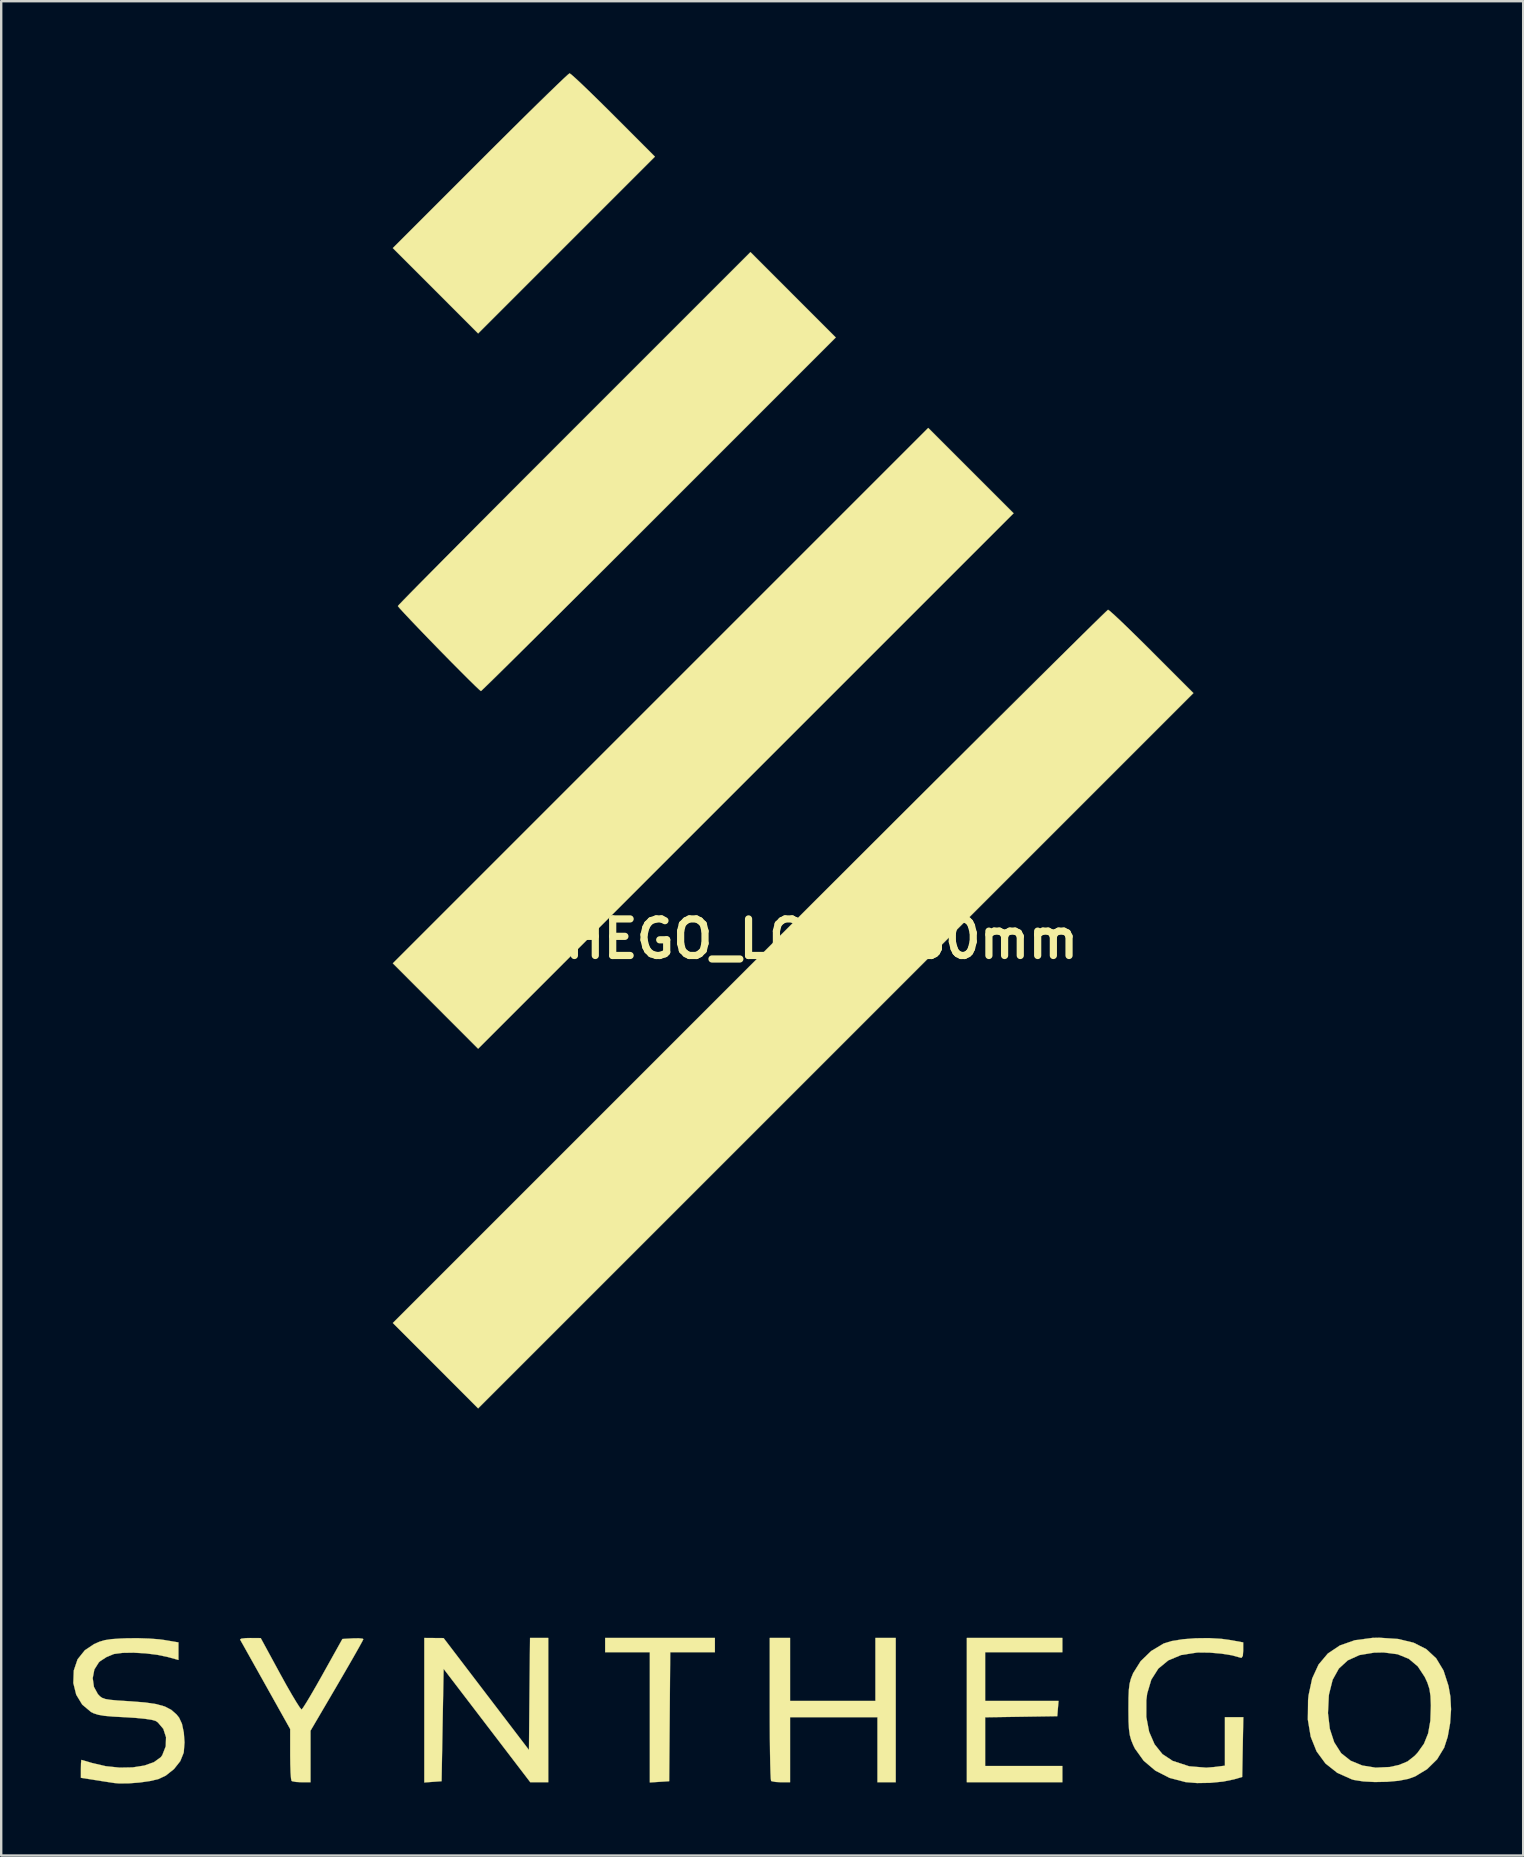
<source format=kicad_pcb>
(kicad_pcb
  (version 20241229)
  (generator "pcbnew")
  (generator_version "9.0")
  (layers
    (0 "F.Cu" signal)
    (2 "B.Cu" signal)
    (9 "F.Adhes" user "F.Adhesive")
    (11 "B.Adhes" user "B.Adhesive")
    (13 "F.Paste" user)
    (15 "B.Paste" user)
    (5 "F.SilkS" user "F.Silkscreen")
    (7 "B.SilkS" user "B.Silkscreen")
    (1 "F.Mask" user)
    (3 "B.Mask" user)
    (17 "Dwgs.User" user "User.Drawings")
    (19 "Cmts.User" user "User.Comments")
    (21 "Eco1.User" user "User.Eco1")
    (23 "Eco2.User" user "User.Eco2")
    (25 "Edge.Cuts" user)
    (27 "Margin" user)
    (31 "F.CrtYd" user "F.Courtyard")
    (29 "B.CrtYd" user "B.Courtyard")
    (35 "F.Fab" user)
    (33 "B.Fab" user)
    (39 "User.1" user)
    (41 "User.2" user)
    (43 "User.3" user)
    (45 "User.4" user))
  (footprint "SYNTHEGO_LOGO_80mm"
    (layer "F.Cu")
    (at 28.43 36.073)
    (property "Reference" "SYNTHEGO_LOGO_80mm" (at 0 0 0) (layer "F.SilkS") (effects (font (size 1.524 1.524) (thickness 0.3))))
    (attr through_hole)
    (fp_poly (pts (xy 10.753 -17.737) (xy -11.558 4.573) (xy -15.112 1.015) (xy 7.196 -21.293) (xy 10.753 -17.737)) (stroke (width 0.01) (type solid)) (fill yes) (layer "F.SilkS"))
    (fp_poly (pts (xy -1.693 29.718) (xy -3.554 29.718) (xy -3.576 32.406) (xy -3.598 35.094) (xy -4 35.12) (xy -4.403 35.146) (xy -4.403 29.718) (xy -6.265 29.718) (xy -6.265 29.125) (xy -1.693 29.125) (xy -1.693 29.718)) (stroke (width 0.01) (type solid)) (fill yes) (layer "F.SilkS"))
    (fp_poly (pts (xy 12.785 29.718) (xy 9.567 29.718) (xy 9.567 31.75) (xy 12.626 31.75) (xy 12.599 32.068) (xy 12.573 32.385) (xy 11.07 32.408) (xy 9.567 32.431) (xy 9.567 34.459) (xy 12.785 34.459) (xy 12.785 35.137) (xy 8.805 35.137) (xy 8.805 29.125) (xy 12.785 29.125) (xy 12.785 29.718)) (stroke (width 0.01) (type solid)) (fill yes) (layer "F.SilkS"))
    (fp_poly (pts (xy -8.636 35.137) (xy -9.385 35.137) (xy -11.191 32.774) (xy -12.996 30.412) (xy -13.039 32.753) (xy -13.081 35.094) (xy -13.441 35.12) (xy -13.801 35.146) (xy -13.801 29.125) (xy -12.996 29.131) (xy -11.218 31.462) (xy -9.44 33.793) (xy -9.418 31.459) (xy -9.395 29.125) (xy -8.636 29.125) (xy -8.636 35.137)) (stroke (width 0.01) (type solid)) (fill yes) (layer "F.SilkS"))
    (fp_poly (pts (xy 1.439 31.75) (xy 4.995 31.75) (xy 4.995 29.125) (xy 5.842 29.125) (xy 5.842 35.137) (xy 5.08 35.137) (xy 5.08 32.427) (xy 1.439 32.427) (xy 1.439 35.137) (xy 1.072 35.137) (xy 0.835 35.125) (xy 0.675 35.095) (xy 0.649 35.08) (xy 0.636 34.985) (xy 0.624 34.741) (xy 0.613 34.366) (xy 0.604 33.881) (xy 0.598 33.306) (xy 0.594 32.66) (xy 0.593 32.075) (xy 0.593 29.125) (xy 1.439 29.125) (xy 1.439 31.75)) (stroke (width 0.01) (type solid)) (fill yes) (layer "F.SilkS"))
    (fp_poly (pts (xy -7.667 -36.01) (xy -7.484 -35.847) (xy -7.214 -35.594) (xy -6.872 -35.265) (xy -6.473 -34.875) (xy -6.035 -34.441) (xy -5.926 -34.332) (xy -4.192 -32.596) (xy -7.875 -28.913) (xy -11.558 -25.23) (xy -13.335 -27.009) (xy -15.112 -28.787) (xy -11.472 -32.428) (xy -10.822 -33.076) (xy -10.206 -33.688) (xy -9.636 -34.253) (xy -9.121 -34.759) (xy -8.672 -35.198) (xy -8.299 -35.559) (xy -8.014 -35.831) (xy -7.827 -36.004) (xy -7.747 -36.068) (xy -7.747 -36.068) (xy -7.667 -36.01)) (stroke (width 0.01) (type solid)) (fill yes) (layer "F.SilkS"))
    (fp_poly (pts (xy 14.77 -13.658) (xy 14.953 -13.495) (xy 15.223 -13.242) (xy 15.565 -12.913) (xy 15.963 -12.523) (xy 16.402 -12.089) (xy 16.51 -11.98) (xy 18.245 -10.244) (xy 3.344 4.657) (xy -11.558 19.559) (xy -15.112 16.001) (xy -0.254 1.143) (xy 1.072 -0.183) (xy 2.367 -1.477) (xy 3.626 -2.734) (xy 4.843 -3.949) (xy 6.014 -5.118) (xy 7.134 -6.234) (xy 8.197 -7.293) (xy 9.198 -8.289) (xy 10.132 -9.219) (xy 10.994 -10.075) (xy 11.779 -10.855) (xy 12.481 -11.551) (xy 13.097 -12.16) (xy 13.619 -12.676) (xy 14.045 -13.095) (xy 14.367 -13.41) (xy 14.581 -13.617) (xy 14.683 -13.711) (xy 14.69 -13.716) (xy 14.77 -13.658)) (stroke (width 0.01) (type solid)) (fill yes) (layer "F.SilkS"))
    (fp_poly (pts (xy 1.566 -26.839) (xy 3.343 -25.061) (xy -4.022 -17.695) (xy -4.951 -16.766) (xy -5.848 -15.871) (xy -6.703 -15.017) (xy -7.512 -14.212) (xy -8.265 -13.462) (xy -8.956 -12.774) (xy -9.578 -12.157) (xy -10.123 -11.617) (xy -10.584 -11.162) (xy -10.954 -10.798) (xy -11.225 -10.534) (xy -11.39 -10.375) (xy -11.442 -10.329) (xy -11.513 -10.388) (xy -11.686 -10.552) (xy -11.947 -10.808) (xy -12.279 -11.14) (xy -12.669 -11.532) (xy -13.099 -11.97) (xy -13.199 -12.072) (xy -13.635 -12.52) (xy -14.029 -12.93) (xy -14.368 -13.285) (xy -14.635 -13.569) (xy -14.817 -13.768) (xy -14.898 -13.865) (xy -14.901 -13.872) (xy -14.843 -13.938) (xy -14.671 -14.116) (xy -14.395 -14.399) (xy -14.02 -14.78) (xy -13.554 -15.251) (xy -13.005 -15.806) (xy -12.379 -16.436) (xy -11.685 -17.135) (xy -10.928 -17.895) (xy -10.117 -18.709) (xy -9.258 -19.569) (xy -8.359 -20.469) (xy -7.556 -21.273) (xy -0.211 -28.618) (xy 1.566 -26.839)) (stroke (width 0.01) (type solid)) (fill yes) (layer "F.SilkS"))
    (fp_poly (pts (xy -20.616 29.131) (xy -19.801 30.631) (xy -19.551 31.084) (xy -19.324 31.48) (xy -19.134 31.797) (xy -18.995 32.013) (xy -18.919 32.105) (xy -18.912 32.107) (xy -18.85 32.028) (xy -18.72 31.825) (xy -18.536 31.518) (xy -18.312 31.132) (xy -18.062 30.69) (xy -18.026 30.625) (xy -17.213 29.168) (xy -16.777 29.142) (xy -16.532 29.138) (xy -16.373 29.155) (xy -16.341 29.175) (xy -16.382 29.261) (xy -16.498 29.473) (xy -16.677 29.79) (xy -16.908 30.194) (xy -17.179 30.662) (xy -17.441 31.112) (xy -18.542 32.99) (xy -18.542 35.137) (xy -18.909 35.137) (xy -19.146 35.125) (xy -19.306 35.095) (xy -19.332 35.08) (xy -19.354 34.978) (xy -19.372 34.742) (xy -19.384 34.405) (xy -19.389 34.002) (xy -19.389 33.972) (xy -19.389 32.92) (xy -20.415 31.086) (xy -20.699 30.579) (xy -20.956 30.12) (xy -21.174 29.731) (xy -21.341 29.432) (xy -21.447 29.245) (xy -21.478 29.189) (xy -21.424 29.154) (xy -21.244 29.132) (xy -21.066 29.128) (xy -20.616 29.131)) (stroke (width 0.01) (type solid)) (fill yes) (layer "F.SilkS"))
    (fp_poly (pts (xy 19.416 29.162) (xy 19.738 29.206) (xy 20.32 29.31) (xy 20.32 29.65) (xy 20.305 29.87) (xy 20.252 29.951) (xy 20.202 29.945) (xy 19.859 29.85) (xy 19.411 29.778) (xy 18.923 29.736) (xy 18.458 29.731) (xy 18.385 29.735) (xy 17.733 29.837) (xy 17.199 30.06) (xy 16.784 30.402) (xy 16.491 30.863) (xy 16.319 31.441) (xy 16.284 31.722) (xy 16.283 32.417) (xy 16.4 33.033) (xy 16.626 33.554) (xy 16.954 33.964) (xy 17.378 34.246) (xy 17.379 34.247) (xy 18.069 34.472) (xy 18.782 34.53) (xy 19.093 34.505) (xy 19.558 34.447) (xy 19.558 32.427) (xy 20.325 32.427) (xy 20.301 33.673) (xy 20.278 34.918) (xy 19.935 35.017) (xy 19.485 35.109) (xy 18.947 35.162) (xy 18.4 35.171) (xy 17.925 35.132) (xy 17.253 34.957) (xy 16.662 34.655) (xy 16.174 34.243) (xy 15.81 33.736) (xy 15.738 33.59) (xy 15.652 33.378) (xy 15.595 33.171) (xy 15.561 32.925) (xy 15.543 32.599) (xy 15.538 32.15) (xy 15.538 32.089) (xy 15.541 31.626) (xy 15.555 31.29) (xy 15.585 31.04) (xy 15.638 30.833) (xy 15.719 30.627) (xy 15.737 30.587) (xy 16.047 30.093) (xy 16.484 29.67) (xy 17.007 29.356) (xy 17.008 29.356) (xy 17.347 29.252) (xy 17.805 29.179) (xy 18.335 29.138) (xy 18.888 29.131) (xy 19.416 29.162)) (stroke (width 0.01) (type solid)) (fill yes) (layer "F.SilkS"))
    (fp_poly (pts (xy 26.771 29.167) (xy 27.421 29.323) (xy 27.948 29.59) (xy 28.361 29.974) (xy 28.667 30.482) (xy 28.873 31.119) (xy 28.952 31.562) (xy 28.981 32.096) (xy 28.941 32.68) (xy 28.841 33.242) (xy 28.695 33.694) (xy 28.4 34.181) (xy 27.981 34.593) (xy 27.481 34.895) (xy 27.198 34.997) (xy 26.8 35.075) (xy 26.317 35.118) (xy 25.806 35.128) (xy 25.326 35.103) (xy 24.936 35.042) (xy 24.85 35.018) (xy 24.24 34.746) (xy 23.748 34.356) (xy 23.378 33.852) (xy 23.133 33.241) (xy 23.013 32.526) (xy 23.017 32.258) (xy 23.852 32.258) (xy 23.928 32.91) (xy 24.111 33.47) (xy 24.395 33.916) (xy 24.415 33.938) (xy 24.798 34.24) (xy 25.285 34.44) (xy 25.84 34.529) (xy 26.427 34.502) (xy 26.818 34.415) (xy 27.17 34.268) (xy 27.469 34.031) (xy 27.588 33.904) (xy 27.852 33.532) (xy 28.026 33.1) (xy 28.118 32.577) (xy 28.14 31.94) (xy 28.124 31.545) (xy 28.08 31.25) (xy 27.993 30.984) (xy 27.887 30.755) (xy 27.595 30.31) (xy 27.221 29.995) (xy 26.751 29.804) (xy 26.172 29.729) (xy 25.773 29.737) (xy 25.166 29.838) (xy 24.678 30.058) (xy 24.306 30.4) (xy 24.047 30.867) (xy 23.897 31.464) (xy 23.887 31.539) (xy 23.852 32.258) (xy 23.017 32.258) (xy 23.023 31.714) (xy 23.044 31.513) (xy 23.194 30.812) (xy 23.46 30.233) (xy 23.845 29.775) (xy 24.347 29.438) (xy 24.969 29.22) (xy 25.711 29.122) (xy 25.991 29.116) (xy 26.771 29.167)) (stroke (width 0.01) (type solid)) (fill yes) (layer "F.SilkS"))
    (fp_poly (pts (xy -25.255 29.151) (xy -24.839 29.183) (xy -24.645 29.209) (xy -24.045 29.31) (xy -24.045 30.041) (xy -24.49 29.919) (xy -24.922 29.828) (xy -25.415 29.767) (xy -25.915 29.739) (xy -26.367 29.746) (xy -26.715 29.791) (xy -26.747 29.799) (xy -27.041 29.92) (xy -27.308 30.094) (xy -27.361 30.142) (xy -27.548 30.439) (xy -27.617 30.799) (xy -27.566 31.164) (xy -27.402 31.464) (xy -27.315 31.557) (xy -27.22 31.623) (xy -27.086 31.67) (xy -26.882 31.703) (xy -26.577 31.731) (xy -26.14 31.759) (xy -26.037 31.765) (xy -25.431 31.813) (xy -24.966 31.882) (xy -24.613 31.981) (xy -24.343 32.121) (xy -24.127 32.31) (xy -24.018 32.445) (xy -23.898 32.704) (xy -23.821 33.069) (xy -23.792 33.478) (xy -23.822 33.873) (xy -23.828 33.91) (xy -23.968 34.257) (xy -24.23 34.588) (xy -24.572 34.86) (xy -24.876 35.003) (xy -25.224 35.086) (xy -25.664 35.149) (xy -26.126 35.184) (xy -26.536 35.185) (xy -26.712 35.17) (xy -26.929 35.137) (xy -27.241 35.089) (xy -27.538 35.043) (xy -28.109 34.952) (xy -28.109 34.579) (xy -28.105 34.354) (xy -28.094 34.222) (xy -28.088 34.206) (xy -28.002 34.229) (xy -27.806 34.287) (xy -27.649 34.334) (xy -27.073 34.468) (xy -26.497 34.528) (xy -25.95 34.518) (xy -25.463 34.441) (xy -25.065 34.3) (xy -24.786 34.099) (xy -24.72 34.012) (xy -24.574 33.64) (xy -24.562 33.26) (xy -24.675 32.914) (xy -24.904 32.643) (xy -25.002 32.579) (xy -25.157 32.536) (xy -25.445 32.493) (xy -25.826 32.456) (xy -26.265 32.428) (xy -26.293 32.427) (xy -26.782 32.401) (xy -27.137 32.369) (xy -27.39 32.325) (xy -27.577 32.265) (xy -27.69 32.208) (xy -28.055 31.901) (xy -28.304 31.49) (xy -28.425 31.004) (xy -28.406 30.482) (xy -28.248 30.015) (xy -27.946 29.638) (xy -27.559 29.38) (xy -27.337 29.282) (xy -27.111 29.216) (xy -26.834 29.174) (xy -26.46 29.149) (xy -26.191 29.138) (xy -25.729 29.135) (xy -25.255 29.151)) (stroke (width 0.01) (type solid)) (fill yes) (layer "F.SilkS")))
  (gr_rect
    (start -3 -3)
    (end 60.416 74.263)
    (stroke (width 0.1) (type default))
    (fill no)
    (layer "Edge.Cuts")))
</source>
